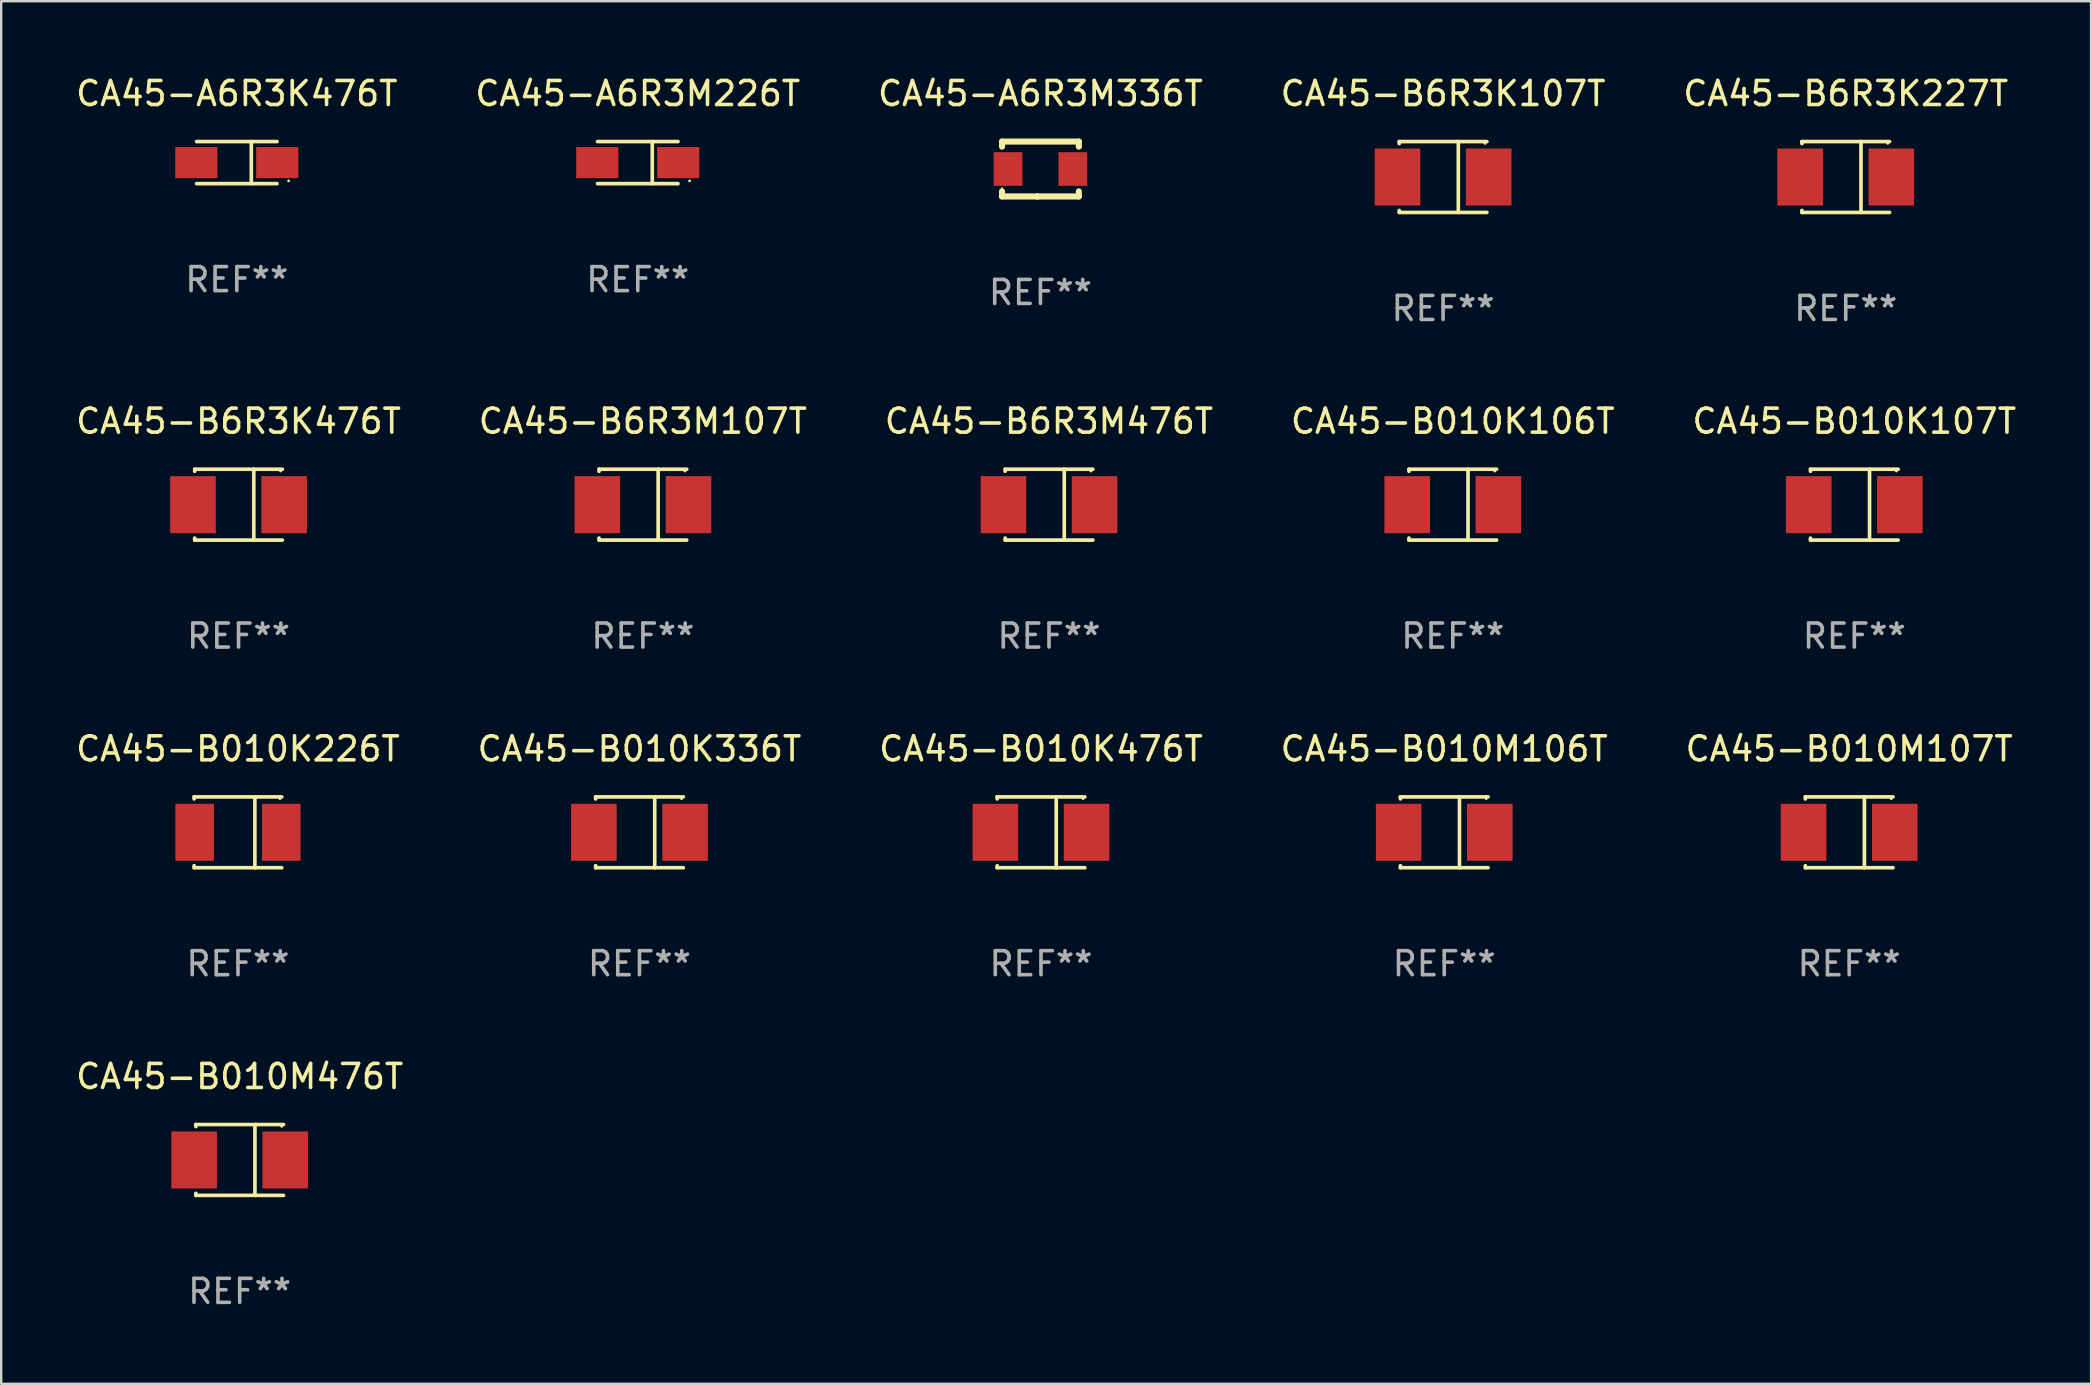
<source format=kicad_pcb>
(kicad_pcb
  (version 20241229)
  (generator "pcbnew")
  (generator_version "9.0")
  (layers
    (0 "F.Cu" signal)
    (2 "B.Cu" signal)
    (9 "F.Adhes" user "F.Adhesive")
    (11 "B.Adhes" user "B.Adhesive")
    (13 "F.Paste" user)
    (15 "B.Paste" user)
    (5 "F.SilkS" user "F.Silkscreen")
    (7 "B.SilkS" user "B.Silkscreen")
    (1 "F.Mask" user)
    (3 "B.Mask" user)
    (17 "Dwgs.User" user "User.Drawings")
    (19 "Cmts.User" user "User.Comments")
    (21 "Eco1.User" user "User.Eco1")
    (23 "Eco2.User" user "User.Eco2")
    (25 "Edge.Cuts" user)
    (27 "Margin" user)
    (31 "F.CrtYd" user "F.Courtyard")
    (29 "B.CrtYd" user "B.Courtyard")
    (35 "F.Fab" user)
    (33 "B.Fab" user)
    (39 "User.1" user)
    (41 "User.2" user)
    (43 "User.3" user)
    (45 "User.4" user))
  (footprint "CA45-B6R3M107T"
    (layer "F.Cu")
    (at 23.732 17.973)
    (property "Reference" "CA45-B6R3M107T" (at 0 -3.476 0) (layer "F.SilkS") (effects (font (size 1 1) (thickness 0.15))))
    (attr through_hole)
    (fp_line (start -1.826 -1.476) (end -1.826 -1.391) (stroke (width 0.152) (type solid)) (layer "F.SilkS"))
    (fp_line (start -1.826 -1.476) (end 1.826 -1.476) (stroke (width 0.152) (type solid)) (layer "F.SilkS"))
    (fp_line (start -1.826 1.476) (end -1.826 1.391) (stroke (width 0.152) (type solid)) (layer "F.SilkS"))
    (fp_line (start -1.826 1.476) (end 1.826 1.476) (stroke (width 0.152) (type solid)) (layer "F.SilkS"))
    (fp_line (start 0.635 -1.476) (end 0.635 1.476) (stroke (width 0.152) (type solid)) (layer "F.SilkS"))
    (fp_circle (center 1.75 -1.4) (end 1.78 -1.4) (stroke (width 0.06) (type solid)) (fill no) (layer "F.SilkS"))
    (fp_text user "REF**" (at 0 5.476 0) (layer "F.Fab") (effects (font (size 1 1) (thickness 0.15))))
    (pad "1" smd rect (at 1.899 0) (size 1.9 2.376) (layers "F.Cu" "F.Mask" "F.Paste"))
    (pad "2" smd rect (at -1.899 0) (size 1.9 2.376) (layers "F.Cu" "F.Mask" "F.Paste")))
  (footprint "CA45-B010K107T"
    (layer "F.Cu")
    (at 74.196 17.973)
    (property "Reference" "CA45-B010K107T" (at 0 -3.476 0) (layer "F.SilkS") (effects (font (size 1 1) (thickness 0.15))))
    (attr through_hole)
    (fp_line (start -1.826 -1.476) (end -1.826 -1.391) (stroke (width 0.152) (type solid)) (layer "F.SilkS"))
    (fp_line (start -1.826 -1.476) (end 1.826 -1.476) (stroke (width 0.152) (type solid)) (layer "F.SilkS"))
    (fp_line (start -1.826 1.476) (end -1.826 1.391) (stroke (width 0.152) (type solid)) (layer "F.SilkS"))
    (fp_line (start -1.826 1.476) (end 1.826 1.476) (stroke (width 0.152) (type solid)) (layer "F.SilkS"))
    (fp_line (start 0.635 -1.476) (end 0.635 1.476) (stroke (width 0.152) (type solid)) (layer "F.SilkS"))
    (fp_circle (center 1.75 -1.4) (end 1.78 -1.4) (stroke (width 0.06) (type solid)) (fill no) (layer "F.SilkS"))
    (fp_text user "REF**" (at 0 5.476 0) (layer "F.Fab") (effects (font (size 1 1) (thickness 0.15))))
    (pad "1" smd rect (at 1.899 0) (size 1.9 2.376) (layers "F.Cu" "F.Mask" "F.Paste"))
    (pad "2" smd rect (at -1.899 0) (size 1.9 2.376) (layers "F.Cu" "F.Mask" "F.Paste")))
  (footprint "CA45-B010K226T"
    (layer "F.Cu")
    (at 6.863 31.622)
    (property "Reference" "CA45-B010K226T" (at 0 -3.476 0) (layer "F.SilkS") (effects (font (size 1 1) (thickness 0.15))))
    (attr through_hole)
    (fp_line (start -1.826 -1.476) (end -1.826 -1.391) (stroke (width 0.152) (type solid)) (layer "F.SilkS"))
    (fp_line (start -1.826 -1.476) (end 1.826 -1.476) (stroke (width 0.152) (type solid)) (layer "F.SilkS"))
    (fp_line (start -1.826 1.476) (end -1.826 1.391) (stroke (width 0.152) (type solid)) (layer "F.SilkS"))
    (fp_line (start -1.826 1.476) (end 1.826 1.476) (stroke (width 0.152) (type solid)) (layer "F.SilkS"))
    (fp_line (start 0.704 -1.476) (end 0.704 1.476) (stroke (width 0.152) (type solid)) (layer "F.SilkS"))
    (fp_circle (center 1.75 -1.4) (end 1.78 -1.4) (stroke (width 0.06) (type solid)) (fill no) (layer "F.SilkS"))
    (fp_text user "REF**" (at 0 5.476 0) (layer "F.Fab") (effects (font (size 1 1) (thickness 0.15))))
    (pad "1" smd rect (at 1.804 0) (size 1.607 2.376) (layers "F.Cu" "F.Mask" "F.Paste"))
    (pad "2" smd rect (at -1.804 0) (size 1.607 2.376) (layers "F.Cu" "F.Mask" "F.Paste")))
  (footprint "CA45-B6R3K227T"
    (layer "F.Cu")
    (at 73.839 4.324)
    (property "Reference" "CA45-B6R3K227T" (at 0 -3.476 0) (layer "F.SilkS") (effects (font (size 1 1) (thickness 0.15))))
    (attr through_hole)
    (fp_line (start -1.826 -1.476) (end -1.826 -1.391) (stroke (width 0.152) (type solid)) (layer "F.SilkS"))
    (fp_line (start -1.826 -1.476) (end 1.826 -1.476) (stroke (width 0.152) (type solid)) (layer "F.SilkS"))
    (fp_line (start -1.826 1.476) (end -1.826 1.391) (stroke (width 0.152) (type solid)) (layer "F.SilkS"))
    (fp_line (start -1.826 1.476) (end 1.826 1.476) (stroke (width 0.152) (type solid)) (layer "F.SilkS"))
    (fp_line (start 0.635 -1.476) (end 0.635 1.476) (stroke (width 0.152) (type solid)) (layer "F.SilkS"))
    (fp_circle (center 1.75 -1.4) (end 1.78 -1.4) (stroke (width 0.06) (type solid)) (fill no) (layer "F.SilkS"))
    (fp_text user "REF**" (at 0 5.476 0) (layer "F.Fab") (effects (font (size 1 1) (thickness 0.15))))
    (pad "1" smd rect (at 1.899 0) (size 1.9 2.376) (layers "F.Cu" "F.Mask" "F.Paste"))
    (pad "2" smd rect (at -1.899 0) (size 1.9 2.376) (layers "F.Cu" "F.Mask" "F.Paste")))
  (footprint "CA45-B010M107T"
    (layer "F.Cu")
    (at 73.982 31.622)
    (property "Reference" "CA45-B010M107T" (at 0 -3.476 0) (layer "F.SilkS") (effects (font (size 1 1) (thickness 0.15))))
    (attr through_hole)
    (fp_line (start -1.826 -1.476) (end -1.826 -1.391) (stroke (width 0.152) (type solid)) (layer "F.SilkS"))
    (fp_line (start -1.826 -1.476) (end 1.826 -1.476) (stroke (width 0.152) (type solid)) (layer "F.SilkS"))
    (fp_line (start -1.826 1.476) (end -1.826 1.391) (stroke (width 0.152) (type solid)) (layer "F.SilkS"))
    (fp_line (start -1.826 1.476) (end 1.826 1.476) (stroke (width 0.152) (type solid)) (layer "F.SilkS"))
    (fp_line (start 0.635 -1.476) (end 0.635 1.476) (stroke (width 0.152) (type solid)) (layer "F.SilkS"))
    (fp_circle (center 1.75 -1.4) (end 1.78 -1.4) (stroke (width 0.06) (type solid)) (fill no) (layer "F.SilkS"))
    (fp_text user "REF**" (at 0 5.476 0) (layer "F.Fab") (effects (font (size 1 1) (thickness 0.15))))
    (pad "1" smd rect (at 1.899 0) (size 1.9 2.376) (layers "F.Cu" "F.Mask" "F.Paste"))
    (pad "2" smd rect (at -1.899 0) (size 1.9 2.376) (layers "F.Cu" "F.Mask" "F.Paste")))
  (footprint "CA45-B010K476T"
    (layer "F.Cu")
    (at 40.315 31.622)
    (property "Reference" "CA45-B010K476T" (at 0 -3.476 0) (layer "F.SilkS") (effects (font (size 1 1) (thickness 0.15))))
    (attr through_hole)
    (fp_line (start -1.826 -1.476) (end -1.826 -1.391) (stroke (width 0.152) (type solid)) (layer "F.SilkS"))
    (fp_line (start -1.826 -1.476) (end 1.826 -1.476) (stroke (width 0.152) (type solid)) (layer "F.SilkS"))
    (fp_line (start -1.826 1.476) (end -1.826 1.391) (stroke (width 0.152) (type solid)) (layer "F.SilkS"))
    (fp_line (start -1.826 1.476) (end 1.826 1.476) (stroke (width 0.152) (type solid)) (layer "F.SilkS"))
    (fp_line (start 0.635 -1.476) (end 0.635 1.476) (stroke (width 0.152) (type solid)) (layer "F.SilkS"))
    (fp_circle (center 1.75 -1.4) (end 1.78 -1.4) (stroke (width 0.06) (type solid)) (fill no) (layer "F.SilkS"))
    (fp_text user "REF**" (at 0 5.476 0) (layer "F.Fab") (effects (font (size 1 1) (thickness 0.15))))
    (pad "1" smd rect (at 1.899 0) (size 1.9 2.376) (layers "F.Cu" "F.Mask" "F.Paste"))
    (pad "2" smd rect (at -1.899 0) (size 1.9 2.376) (layers "F.Cu" "F.Mask" "F.Paste")))
  (footprint "CA45-B010K336T"
    (layer "F.Cu")
    (at 23.589 31.622)
    (property "Reference" "CA45-B010K336T" (at 0 -3.476 0) (layer "F.SilkS") (effects (font (size 1 1) (thickness 0.15))))
    (attr through_hole)
    (fp_line (start -1.826 -1.476) (end -1.826 -1.391) (stroke (width 0.152) (type solid)) (layer "F.SilkS"))
    (fp_line (start -1.826 -1.476) (end 1.826 -1.476) (stroke (width 0.152) (type solid)) (layer "F.SilkS"))
    (fp_line (start -1.826 1.476) (end -1.826 1.391) (stroke (width 0.152) (type solid)) (layer "F.SilkS"))
    (fp_line (start -1.826 1.476) (end 1.826 1.476) (stroke (width 0.152) (type solid)) (layer "F.SilkS"))
    (fp_line (start 0.635 -1.476) (end 0.635 1.476) (stroke (width 0.152) (type solid)) (layer "F.SilkS"))
    (fp_circle (center 1.75 -1.4) (end 1.78 -1.4) (stroke (width 0.06) (type solid)) (fill no) (layer "F.SilkS"))
    (fp_text user "REF**" (at 0 5.476 0) (layer "F.Fab") (effects (font (size 1 1) (thickness 0.15))))
    (pad "1" smd rect (at 1.899 0) (size 1.9 2.376) (layers "F.Cu" "F.Mask" "F.Paste"))
    (pad "2" smd rect (at -1.899 0) (size 1.9 2.376) (layers "F.Cu" "F.Mask" "F.Paste")))
  (footprint "CA45-A6R3M336T"
    (layer "F.Cu")
    (at 40.292 3.991)
    (property "Reference" "CA45-A6R3M336T" (at 0 -3.143 0) (layer "F.SilkS") (effects (font (size 1 1) (thickness 0.15))))
    (attr through_hole)
    (fp_line (start -1.6 1.143) (end -0.128 1.143) (stroke (width 0.254) (type solid)) (layer "F.SilkS"))
    (fp_line (start -1.6 -1.143) (end -1.6 -0.931) (stroke (width 0.254) (type solid)) (layer "F.SilkS"))
    (fp_line (start -1.6 -1.143) (end 1.6 -1.143) (stroke (width 0.254) (type solid)) (layer "F.SilkS"))
    (fp_line (start -1.6 0.931) (end -1.6 1.143) (stroke (width 0.254) (type solid)) (layer "F.SilkS"))
    (fp_line (start -0.128 1.143) (end -0.128 1.143) (stroke (width 0.254) (type solid)) (layer "F.SilkS"))
    (fp_line (start -0.128 1.143) (end 1.6 1.143) (stroke (width 0.254) (type solid)) (layer "F.SilkS"))
    (fp_line (start 1.6 -1.143) (end 1.6 -0.931) (stroke (width 0.254) (type solid)) (layer "F.SilkS"))
    (fp_line (start 1.6 0.931) (end 1.6 1.143) (stroke (width 0.254) (type solid)) (layer "F.SilkS"))
    (fp_circle (center -1.6 0.8) (end -1.58 0.8) (stroke (width 0.04) (type solid)) (fill no) (layer "F.SilkS"))
    (fp_text user "REF**" (at 0 5.143 0) (layer "F.Fab") (effects (font (size 1 1) (thickness 0.15))))
    (pad "1" smd rect (at -1.35 0) (size 1.2 1.4) (layers "F.Cu" "F.Mask" "F.Paste"))
    (pad "2" smd rect (at 1.35 0) (size 1.2 1.4) (layers "F.Cu" "F.Mask" "F.Paste")))
  (footprint "CA45-B010M106T"
    (layer "F.Cu")
    (at 57.113 31.622)
    (property "Reference" "CA45-B010M106T" (at 0 -3.476 0) (layer "F.SilkS") (effects (font (size 1 1) (thickness 0.15))))
    (attr through_hole)
    (fp_line (start -1.826 -1.476) (end -1.826 -1.391) (stroke (width 0.152) (type solid)) (layer "F.SilkS"))
    (fp_line (start -1.826 -1.476) (end 1.826 -1.476) (stroke (width 0.152) (type solid)) (layer "F.SilkS"))
    (fp_line (start -1.826 1.476) (end -1.826 1.391) (stroke (width 0.152) (type solid)) (layer "F.SilkS"))
    (fp_line (start -1.826 1.476) (end 1.826 1.476) (stroke (width 0.152) (type solid)) (layer "F.SilkS"))
    (fp_line (start 0.635 -1.476) (end 0.635 1.476) (stroke (width 0.152) (type solid)) (layer "F.SilkS"))
    (fp_circle (center 1.75 -1.4) (end 1.78 -1.4) (stroke (width 0.06) (type solid)) (fill no) (layer "F.SilkS"))
    (fp_text user "REF**" (at 0 5.476 0) (layer "F.Fab") (effects (font (size 1 1) (thickness 0.15))))
    (pad "1" smd rect (at 1.899 0) (size 1.9 2.376) (layers "F.Cu" "F.Mask" "F.Paste"))
    (pad "2" smd rect (at -1.899 0) (size 1.9 2.376) (layers "F.Cu" "F.Mask" "F.Paste")))
  (footprint "CA45-B6R3M476T"
    (layer "F.Cu")
    (at 40.649 17.973)
    (property "Reference" "CA45-B6R3M476T" (at 0 -3.476 0) (layer "F.SilkS") (effects (font (size 1 1) (thickness 0.15))))
    (attr through_hole)
    (fp_line (start -1.826 -1.476) (end -1.826 -1.391) (stroke (width 0.152) (type solid)) (layer "F.SilkS"))
    (fp_line (start -1.826 -1.476) (end 1.826 -1.476) (stroke (width 0.152) (type solid)) (layer "F.SilkS"))
    (fp_line (start -1.826 1.476) (end -1.826 1.391) (stroke (width 0.152) (type solid)) (layer "F.SilkS"))
    (fp_line (start -1.826 1.476) (end 1.826 1.476) (stroke (width 0.152) (type solid)) (layer "F.SilkS"))
    (fp_line (start 0.635 -1.476) (end 0.635 1.476) (stroke (width 0.152) (type solid)) (layer "F.SilkS"))
    (fp_circle (center 1.75 -1.4) (end 1.78 -1.4) (stroke (width 0.06) (type solid)) (fill no) (layer "F.SilkS"))
    (fp_text user "REF**" (at 0 5.476 0) (layer "F.Fab") (effects (font (size 1 1) (thickness 0.15))))
    (pad "1" smd rect (at 1.899 0) (size 1.9 2.376) (layers "F.Cu" "F.Mask" "F.Paste"))
    (pad "2" smd rect (at -1.899 0) (size 1.9 2.376) (layers "F.Cu" "F.Mask" "F.Paste")))
  (footprint "CA45-B6R3K476T"
    (layer "F.Cu")
    (at 6.887 17.973)
    (property "Reference" "CA45-B6R3K476T" (at 0 -3.476 0) (layer "F.SilkS") (effects (font (size 1 1) (thickness 0.15))))
    (attr through_hole)
    (fp_line (start -1.826 -1.476) (end -1.826 -1.391) (stroke (width 0.152) (type solid)) (layer "F.SilkS"))
    (fp_line (start -1.826 -1.476) (end 1.826 -1.476) (stroke (width 0.152) (type solid)) (layer "F.SilkS"))
    (fp_line (start -1.826 1.476) (end -1.826 1.391) (stroke (width 0.152) (type solid)) (layer "F.SilkS"))
    (fp_line (start -1.826 1.476) (end 1.826 1.476) (stroke (width 0.152) (type solid)) (layer "F.SilkS"))
    (fp_line (start 0.635 -1.476) (end 0.635 1.476) (stroke (width 0.152) (type solid)) (layer "F.SilkS"))
    (fp_circle (center 1.75 -1.4) (end 1.78 -1.4) (stroke (width 0.06) (type solid)) (fill no) (layer "F.SilkS"))
    (fp_text user "REF**" (at 0 5.476 0) (layer "F.Fab") (effects (font (size 1 1) (thickness 0.15))))
    (pad "1" smd rect (at 1.899 0) (size 1.9 2.376) (layers "F.Cu" "F.Mask" "F.Paste"))
    (pad "2" smd rect (at -1.899 0) (size 1.9 2.376) (layers "F.Cu" "F.Mask" "F.Paste")))
  (footprint "CA45-B6R3K107T"
    (layer "F.Cu")
    (at 57.065 4.324)
    (property "Reference" "CA45-B6R3K107T" (at 0 -3.476 0) (layer "F.SilkS") (effects (font (size 1 1) (thickness 0.15))))
    (attr through_hole)
    (fp_line (start -1.826 -1.476) (end -1.826 -1.391) (stroke (width 0.152) (type solid)) (layer "F.SilkS"))
    (fp_line (start -1.826 -1.476) (end 1.826 -1.476) (stroke (width 0.152) (type solid)) (layer "F.SilkS"))
    (fp_line (start -1.826 1.476) (end -1.826 1.391) (stroke (width 0.152) (type solid)) (layer "F.SilkS"))
    (fp_line (start -1.826 1.476) (end 1.826 1.476) (stroke (width 0.152) (type solid)) (layer "F.SilkS"))
    (fp_line (start 0.635 -1.476) (end 0.635 1.476) (stroke (width 0.152) (type solid)) (layer "F.SilkS"))
    (fp_circle (center 1.75 -1.4) (end 1.78 -1.4) (stroke (width 0.06) (type solid)) (fill no) (layer "F.SilkS"))
    (fp_text user "REF**" (at 0 5.476 0) (layer "F.Fab") (effects (font (size 1 1) (thickness 0.15))))
    (pad "1" smd rect (at 1.899 0) (size 1.9 2.376) (layers "F.Cu" "F.Mask" "F.Paste"))
    (pad "2" smd rect (at -1.899 0) (size 1.9 2.376) (layers "F.Cu" "F.Mask" "F.Paste")))
  (footprint "CA45-A6R3M226T"
    (layer "F.Cu")
    (at 23.518 3.724)
    (property "Reference" "CA45-A6R3M226T" (at 0 -2.876 0) (layer "F.SilkS") (effects (font (size 1 1) (thickness 0.15))))
    (attr through_hole)
    (fp_line (start -1.676 -0.876) (end 1.676 -0.876) (stroke (width 0.152) (type solid)) (layer "F.SilkS"))
    (fp_line (start -1.676 0.876) (end 1.676 0.876) (stroke (width 0.152) (type solid)) (layer "F.SilkS"))
    (fp_line (start 0.604 -0.876) (end 0.604 0.876) (stroke (width 0.152) (type solid)) (layer "F.SilkS"))
    (fp_circle (center 2.159 0.762) (end 2.189 0.762) (stroke (width 0.06) (type solid)) (fill no) (layer "F.SilkS"))
    (fp_text user "REF**" (at 0 4.876 0) (layer "F.Fab") (effects (font (size 1 1) (thickness 0.15))))
    (pad "1" smd rect (at 1.686 0) (size 1.758 1.296) (layers "F.Cu" "F.Mask" "F.Paste"))
    (pad "2" smd rect (at -1.686 0) (size 1.758 1.296) (layers "F.Cu" "F.Mask" "F.Paste")))
  (footprint "CA45-B010M476T"
    (layer "F.Cu")
    (at 6.935 45.271)
    (property "Reference" "CA45-B010M476T" (at 0 -3.476 0) (layer "F.SilkS") (effects (font (size 1 1) (thickness 0.15))))
    (attr through_hole)
    (fp_line (start -1.826 -1.476) (end -1.826 -1.391) (stroke (width 0.152) (type solid)) (layer "F.SilkS"))
    (fp_line (start -1.826 -1.476) (end 1.826 -1.476) (stroke (width 0.152) (type solid)) (layer "F.SilkS"))
    (fp_line (start -1.826 1.476) (end -1.826 1.391) (stroke (width 0.152) (type solid)) (layer "F.SilkS"))
    (fp_line (start -1.826 1.476) (end 1.826 1.476) (stroke (width 0.152) (type solid)) (layer "F.SilkS"))
    (fp_line (start 0.635 -1.476) (end 0.635 1.476) (stroke (width 0.152) (type solid)) (layer "F.SilkS"))
    (fp_circle (center 1.75 -1.4) (end 1.78 -1.4) (stroke (width 0.06) (type solid)) (fill no) (layer "F.SilkS"))
    (fp_text user "REF**" (at 0 5.476 0) (layer "F.Fab") (effects (font (size 1 1) (thickness 0.15))))
    (pad "1" smd rect (at 1.899 0) (size 1.9 2.376) (layers "F.Cu" "F.Mask" "F.Paste"))
    (pad "2" smd rect (at -1.899 0) (size 1.9 2.376) (layers "F.Cu" "F.Mask" "F.Paste")))
  (footprint "CA45-A6R3K476T"
    (layer "F.Cu")
    (at 6.815 3.724)
    (property "Reference" "CA45-A6R3K476T" (at 0 -2.876 0) (layer "F.SilkS") (effects (font (size 1 1) (thickness 0.15))))
    (attr through_hole)
    (fp_line (start -1.676 -0.876) (end 1.676 -0.876) (stroke (width 0.152) (type solid)) (layer "F.SilkS"))
    (fp_line (start -1.676 0.876) (end 1.676 0.876) (stroke (width 0.152) (type solid)) (layer "F.SilkS"))
    (fp_line (start 0.604 -0.876) (end 0.604 0.876) (stroke (width 0.152) (type solid)) (layer "F.SilkS"))
    (fp_circle (center 2.159 0.762) (end 2.189 0.762) (stroke (width 0.06) (type solid)) (fill no) (layer "F.SilkS"))
    (fp_text user "REF**" (at 0 4.876 0) (layer "F.Fab") (effects (font (size 1 1) (thickness 0.15))))
    (pad "1" smd rect (at 1.686 0) (size 1.758 1.296) (layers "F.Cu" "F.Mask" "F.Paste"))
    (pad "2" smd rect (at -1.686 0) (size 1.758 1.296) (layers "F.Cu" "F.Mask" "F.Paste")))
  (footprint "CA45-B010K106T"
    (layer "F.Cu")
    (at 57.47 17.973)
    (property "Reference" "CA45-B010K106T" (at 0 -3.476 0) (layer "F.SilkS") (effects (font (size 1 1) (thickness 0.15))))
    (attr through_hole)
    (fp_line (start -1.826 -1.476) (end -1.826 -1.391) (stroke (width 0.152) (type solid)) (layer "F.SilkS"))
    (fp_line (start -1.826 -1.476) (end 1.826 -1.476) (stroke (width 0.152) (type solid)) (layer "F.SilkS"))
    (fp_line (start -1.826 1.476) (end -1.826 1.391) (stroke (width 0.152) (type solid)) (layer "F.SilkS"))
    (fp_line (start -1.826 1.476) (end 1.826 1.476) (stroke (width 0.152) (type solid)) (layer "F.SilkS"))
    (fp_line (start 0.635 -1.476) (end 0.635 1.476) (stroke (width 0.152) (type solid)) (layer "F.SilkS"))
    (fp_circle (center 1.75 -1.4) (end 1.78 -1.4) (stroke (width 0.06) (type solid)) (fill no) (layer "F.SilkS"))
    (fp_text user "REF**" (at 0 5.476 0) (layer "F.Fab") (effects (font (size 1 1) (thickness 0.15))))
    (pad "1" smd rect (at 1.899 0) (size 1.9 2.376) (layers "F.Cu" "F.Mask" "F.Paste"))
    (pad "2" smd rect (at -1.899 0) (size 1.9 2.376) (layers "F.Cu" "F.Mask" "F.Paste")))
  (gr_rect
    (start -3 -3)
    (end 84.06 54.596)
    (stroke (width 0.1) (type default))
    (fill no)
    (layer "Edge.Cuts")))
</source>
